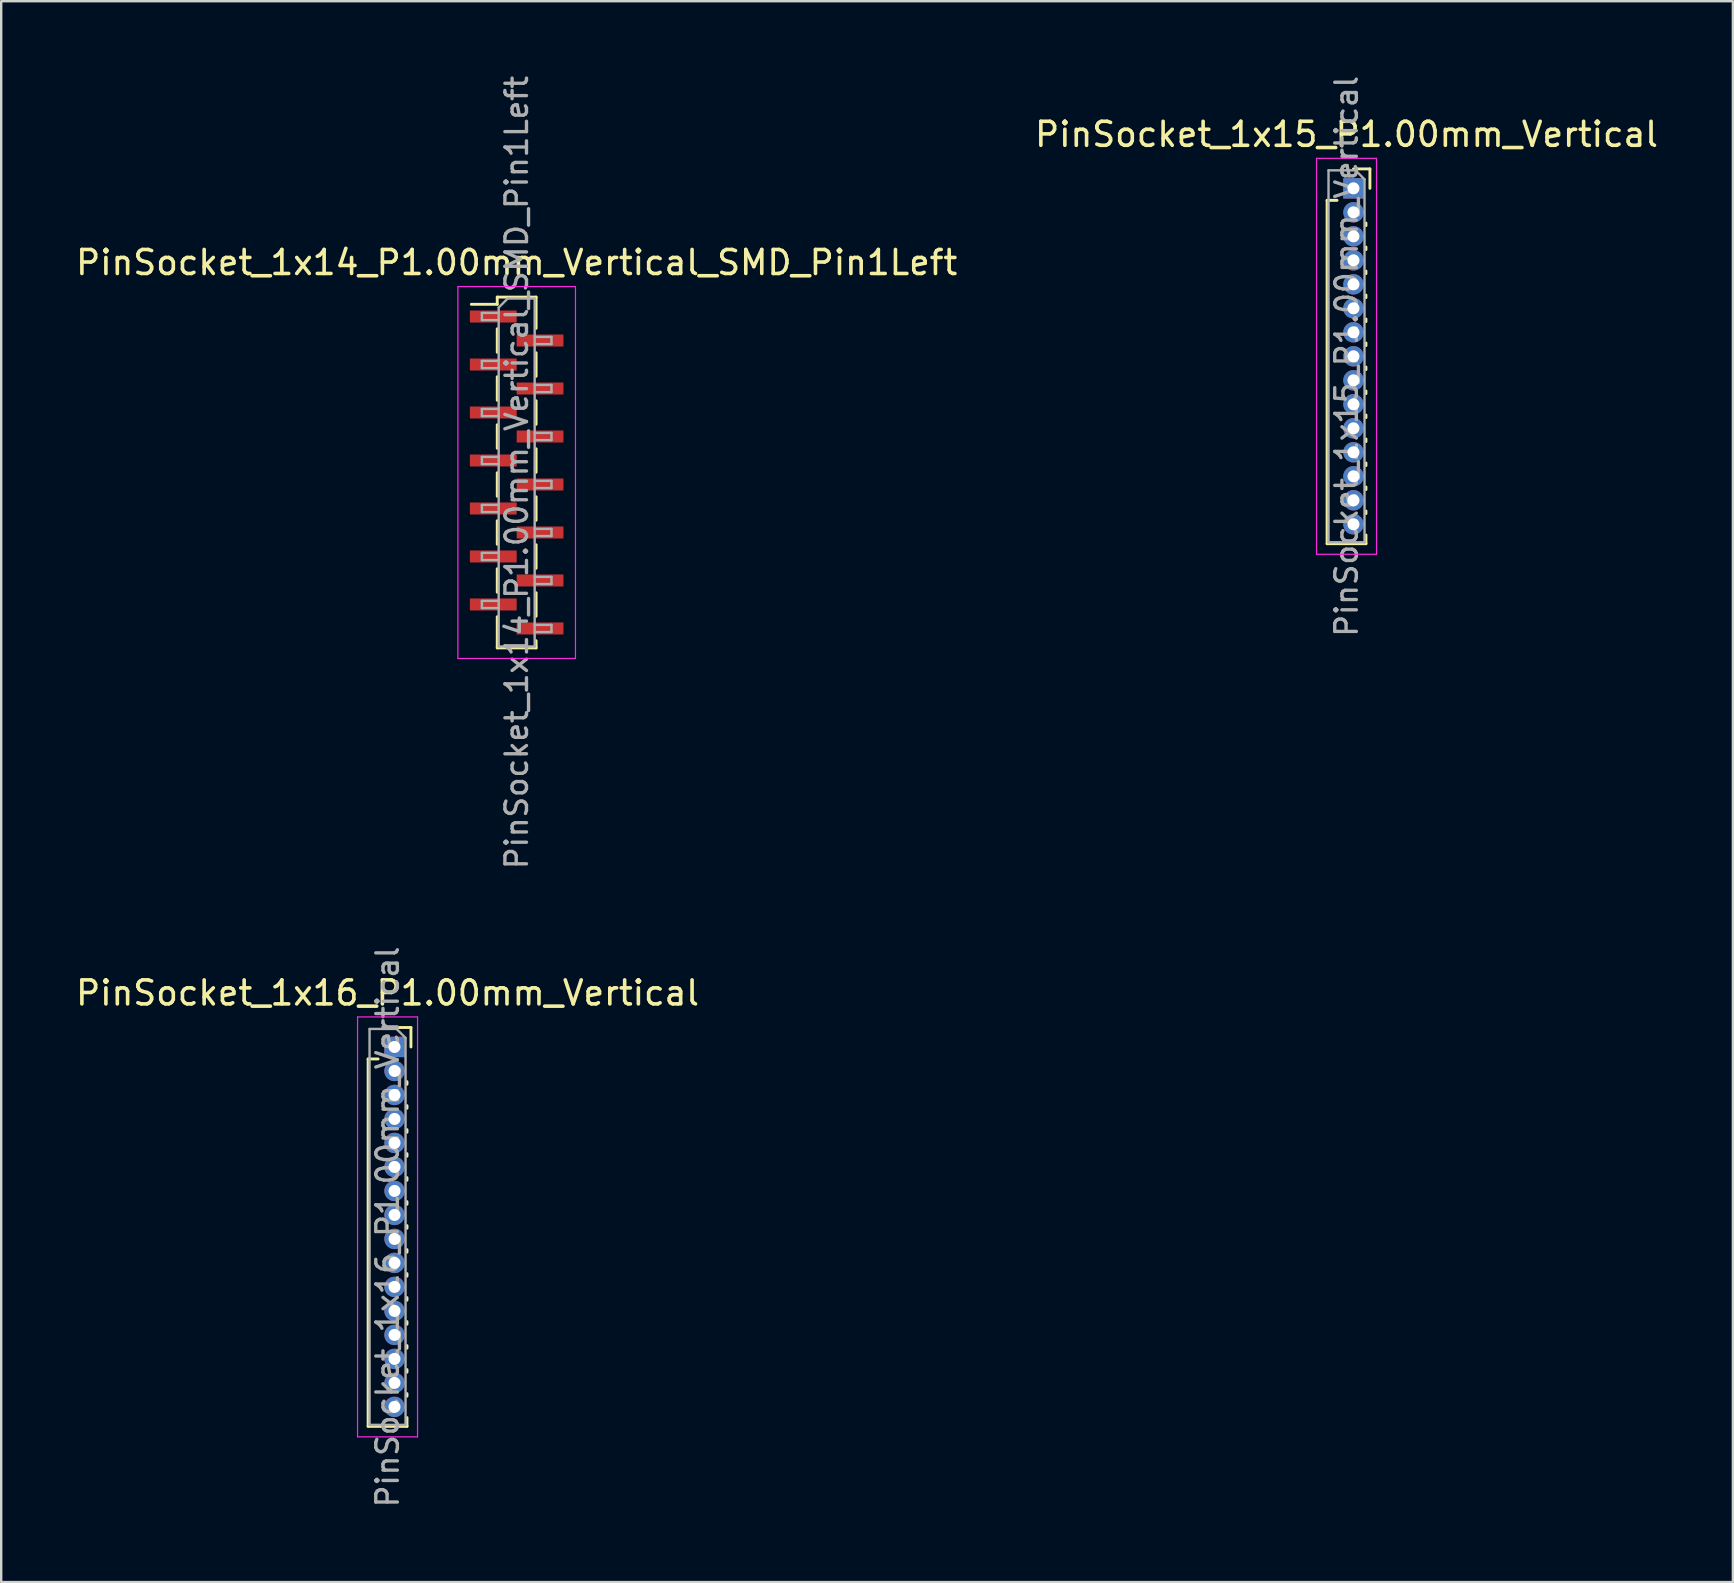
<source format=kicad_pcb>
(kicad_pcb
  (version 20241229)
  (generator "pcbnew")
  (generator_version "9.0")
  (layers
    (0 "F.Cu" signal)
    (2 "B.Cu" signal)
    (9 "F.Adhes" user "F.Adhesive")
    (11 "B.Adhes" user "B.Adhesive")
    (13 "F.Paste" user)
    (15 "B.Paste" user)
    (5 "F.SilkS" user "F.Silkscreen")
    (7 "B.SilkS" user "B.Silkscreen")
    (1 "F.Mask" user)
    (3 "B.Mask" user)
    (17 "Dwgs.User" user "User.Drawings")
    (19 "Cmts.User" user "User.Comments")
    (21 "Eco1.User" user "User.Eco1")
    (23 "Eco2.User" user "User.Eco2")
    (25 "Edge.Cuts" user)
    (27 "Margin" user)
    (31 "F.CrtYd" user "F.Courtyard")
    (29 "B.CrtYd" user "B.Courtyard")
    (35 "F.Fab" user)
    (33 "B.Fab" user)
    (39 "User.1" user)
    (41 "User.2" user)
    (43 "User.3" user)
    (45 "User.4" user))
  (footprint "PinSocket_1x14_P1.00mm_Vertical_SMD_Pin1Left"
    (layer "F.Cu")
    (at 18.482 16.641)
    (property "Reference" "PinSocket_1x14_P1.00mm_Vertical_SMD_Pin1Left" (at 0 -8.75 0) (layer "F.SilkS") (effects (font (size 1 1) (thickness 0.15))))
    (attr smd)
    (fp_line (start -1.89 -7.01) (end -0.81 -7.01) (stroke (width 0.12) (type solid)) (layer "F.SilkS"))
    (fp_line (start -0.81 -7.31) (end -0.81 -7.01) (stroke (width 0.12) (type solid)) (layer "F.SilkS"))
    (fp_line (start -0.81 -7.31) (end 0.81 -7.31) (stroke (width 0.12) (type solid)) (layer "F.SilkS"))
    (fp_line (start -0.81 -5.99) (end -0.81 -5.01) (stroke (width 0.12) (type solid)) (layer "F.SilkS"))
    (fp_line (start -0.81 -3.99) (end -0.81 -3.01) (stroke (width 0.12) (type solid)) (layer "F.SilkS"))
    (fp_line (start -0.81 -1.99) (end -0.81 -1.01) (stroke (width 0.12) (type solid)) (layer "F.SilkS"))
    (fp_line (start -0.81 0.01) (end -0.81 0.99) (stroke (width 0.12) (type solid)) (layer "F.SilkS"))
    (fp_line (start -0.81 2.01) (end -0.81 2.99) (stroke (width 0.12) (type solid)) (layer "F.SilkS"))
    (fp_line (start -0.81 4.01) (end -0.81 4.99) (stroke (width 0.12) (type solid)) (layer "F.SilkS"))
    (fp_line (start -0.81 6.01) (end -0.81 7.31) (stroke (width 0.12) (type solid)) (layer "F.SilkS"))
    (fp_line (start -0.81 7.31) (end 0.81 7.31) (stroke (width 0.12) (type solid)) (layer "F.SilkS"))
    (fp_line (start 0.81 -7.31) (end 0.81 -6.01) (stroke (width 0.12) (type solid)) (layer "F.SilkS"))
    (fp_line (start 0.81 -4.99) (end 0.81 -4.01) (stroke (width 0.12) (type solid)) (layer "F.SilkS"))
    (fp_line (start 0.81 -2.99) (end 0.81 -2.01) (stroke (width 0.12) (type solid)) (layer "F.SilkS"))
    (fp_line (start 0.81 -0.99) (end 0.81 -0.01) (stroke (width 0.12) (type solid)) (layer "F.SilkS"))
    (fp_line (start 0.81 1.01) (end 0.81 1.99) (stroke (width 0.12) (type solid)) (layer "F.SilkS"))
    (fp_line (start 0.81 3.01) (end 0.81 3.99) (stroke (width 0.12) (type solid)) (layer "F.SilkS"))
    (fp_line (start 0.81 5.01) (end 0.81 5.99) (stroke (width 0.12) (type solid)) (layer "F.SilkS"))
    (fp_line (start 0.81 7.01) (end 0.81 7.31) (stroke (width 0.12) (type solid)) (layer "F.SilkS"))
    (fp_line (start -2.45 -7.75) (end 2.45 -7.75) (stroke (width 0.05) (type solid)) (layer "F.CrtYd"))
    (fp_line (start -2.45 7.75) (end -2.45 -7.75) (stroke (width 0.05) (type solid)) (layer "F.CrtYd"))
    (fp_line (start 2.45 -7.75) (end 2.45 7.75) (stroke (width 0.05) (type solid)) (layer "F.CrtYd"))
    (fp_line (start 2.45 7.75) (end -2.45 7.75) (stroke (width 0.05) (type solid)) (layer "F.CrtYd"))
    (fp_line (start -1.45 -6.65) (end -0.75 -6.65) (stroke (width 0.1) (type solid)) (layer "F.Fab"))
    (fp_line (start -1.45 -6.35) (end -1.45 -6.65) (stroke (width 0.1) (type solid)) (layer "F.Fab"))
    (fp_line (start -1.45 -4.65) (end -0.75 -4.65) (stroke (width 0.1) (type solid)) (layer "F.Fab"))
    (fp_line (start -1.45 -4.35) (end -1.45 -4.65) (stroke (width 0.1) (type solid)) (layer "F.Fab"))
    (fp_line (start -1.45 -2.65) (end -0.75 -2.65) (stroke (width 0.1) (type solid)) (layer "F.Fab"))
    (fp_line (start -1.45 -2.35) (end -1.45 -2.65) (stroke (width 0.1) (type solid)) (layer "F.Fab"))
    (fp_line (start -1.45 -0.65) (end -0.75 -0.65) (stroke (width 0.1) (type solid)) (layer "F.Fab"))
    (fp_line (start -1.45 -0.35) (end -1.45 -0.65) (stroke (width 0.1) (type solid)) (layer "F.Fab"))
    (fp_line (start -1.45 1.35) (end -0.75 1.35) (stroke (width 0.1) (type solid)) (layer "F.Fab"))
    (fp_line (start -1.45 1.65) (end -1.45 1.35) (stroke (width 0.1) (type solid)) (layer "F.Fab"))
    (fp_line (start -1.45 3.35) (end -0.75 3.35) (stroke (width 0.1) (type solid)) (layer "F.Fab"))
    (fp_line (start -1.45 3.65) (end -1.45 3.35) (stroke (width 0.1) (type solid)) (layer "F.Fab"))
    (fp_line (start -1.45 5.35) (end -0.75 5.35) (stroke (width 0.1) (type solid)) (layer "F.Fab"))
    (fp_line (start -1.45 5.65) (end -1.45 5.35) (stroke (width 0.1) (type solid)) (layer "F.Fab"))
    (fp_line (start -0.75 -6.875) (end -0.375 -7.25) (stroke (width 0.1) (type solid)) (layer "F.Fab"))
    (fp_line (start -0.75 -6.35) (end -1.45 -6.35) (stroke (width 0.1) (type solid)) (layer "F.Fab"))
    (fp_line (start -0.75 -4.35) (end -1.45 -4.35) (stroke (width 0.1) (type solid)) (layer "F.Fab"))
    (fp_line (start -0.75 -2.35) (end -1.45 -2.35) (stroke (width 0.1) (type solid)) (layer "F.Fab"))
    (fp_line (start -0.75 -0.35) (end -1.45 -0.35) (stroke (width 0.1) (type solid)) (layer "F.Fab"))
    (fp_line (start -0.75 1.65) (end -1.45 1.65) (stroke (width 0.1) (type solid)) (layer "F.Fab"))
    (fp_line (start -0.75 3.65) (end -1.45 3.65) (stroke (width 0.1) (type solid)) (layer "F.Fab"))
    (fp_line (start -0.75 5.65) (end -1.45 5.65) (stroke (width 0.1) (type solid)) (layer "F.Fab"))
    (fp_line (start -0.75 7.25) (end -0.75 -6.875) (stroke (width 0.1) (type solid)) (layer "F.Fab"))
    (fp_line (start -0.375 -7.25) (end 0.75 -7.25) (stroke (width 0.1) (type solid)) (layer "F.Fab"))
    (fp_line (start 0.75 -7.25) (end 0.75 7.25) (stroke (width 0.1) (type solid)) (layer "F.Fab"))
    (fp_line (start 0.75 -5.65) (end 1.45 -5.65) (stroke (width 0.1) (type solid)) (layer "F.Fab"))
    (fp_line (start 0.75 -3.65) (end 1.45 -3.65) (stroke (width 0.1) (type solid)) (layer "F.Fab"))
    (fp_line (start 0.75 -1.65) (end 1.45 -1.65) (stroke (width 0.1) (type solid)) (layer "F.Fab"))
    (fp_line (start 0.75 0.35) (end 1.45 0.35) (stroke (width 0.1) (type solid)) (layer "F.Fab"))
    (fp_line (start 0.75 2.35) (end 1.45 2.35) (stroke (width 0.1) (type solid)) (layer "F.Fab"))
    (fp_line (start 0.75 4.35) (end 1.45 4.35) (stroke (width 0.1) (type solid)) (layer "F.Fab"))
    (fp_line (start 0.75 6.35) (end 1.45 6.35) (stroke (width 0.1) (type solid)) (layer "F.Fab"))
    (fp_line (start 0.75 7.25) (end -0.75 7.25) (stroke (width 0.1) (type solid)) (layer "F.Fab"))
    (fp_line (start 1.45 -5.65) (end 1.45 -5.35) (stroke (width 0.1) (type solid)) (layer "F.Fab"))
    (fp_line (start 1.45 -5.35) (end 0.75 -5.35) (stroke (width 0.1) (type solid)) (layer "F.Fab"))
    (fp_line (start 1.45 -3.65) (end 1.45 -3.35) (stroke (width 0.1) (type solid)) (layer "F.Fab"))
    (fp_line (start 1.45 -3.35) (end 0.75 -3.35) (stroke (width 0.1) (type solid)) (layer "F.Fab"))
    (fp_line (start 1.45 -1.65) (end 1.45 -1.35) (stroke (width 0.1) (type solid)) (layer "F.Fab"))
    (fp_line (start 1.45 -1.35) (end 0.75 -1.35) (stroke (width 0.1) (type solid)) (layer "F.Fab"))
    (fp_line (start 1.45 0.35) (end 1.45 0.65) (stroke (width 0.1) (type solid)) (layer "F.Fab"))
    (fp_line (start 1.45 0.65) (end 0.75 0.65) (stroke (width 0.1) (type solid)) (layer "F.Fab"))
    (fp_line (start 1.45 2.35) (end 1.45 2.65) (stroke (width 0.1) (type solid)) (layer "F.Fab"))
    (fp_line (start 1.45 2.65) (end 0.75 2.65) (stroke (width 0.1) (type solid)) (layer "F.Fab"))
    (fp_line (start 1.45 4.35) (end 1.45 4.65) (stroke (width 0.1) (type solid)) (layer "F.Fab"))
    (fp_line (start 1.45 4.65) (end 0.75 4.65) (stroke (width 0.1) (type solid)) (layer "F.Fab"))
    (fp_line (start 1.45 6.35) (end 1.45 6.65) (stroke (width 0.1) (type solid)) (layer "F.Fab"))
    (fp_line (start 1.45 6.65) (end 0.75 6.65) (stroke (width 0.1) (type solid)) (layer "F.Fab"))
    (fp_text user "${REFERENCE}" (at 0 0 90) (layer "F.Fab") (effects (font (size 0.9 0.9) (thickness 0.14))))
    (pad "1" smd rect (at -0.975 -6.5) (size 1.95 0.5) (layers "F.Cu" "F.Mask" "F.Paste"))
    (pad "2" smd rect (at 0.975 -5.5) (size 1.95 0.5) (layers "F.Cu" "F.Mask" "F.Paste"))
    (pad "3" smd rect (at -0.975 -4.5) (size 1.95 0.5) (layers "F.Cu" "F.Mask" "F.Paste"))
    (pad "4" smd rect (at 0.975 -3.5) (size 1.95 0.5) (layers "F.Cu" "F.Mask" "F.Paste"))
    (pad "5" smd rect (at -0.975 -2.5) (size 1.95 0.5) (layers "F.Cu" "F.Mask" "F.Paste"))
    (pad "6" smd rect (at 0.975 -1.5) (size 1.95 0.5) (layers "F.Cu" "F.Mask" "F.Paste"))
    (pad "7" smd rect (at -0.975 -0.5) (size 1.95 0.5) (layers "F.Cu" "F.Mask" "F.Paste"))
    (pad "8" smd rect (at 0.975 0.5) (size 1.95 0.5) (layers "F.Cu" "F.Mask" "F.Paste"))
    (pad "9" smd rect (at -0.975 1.5) (size 1.95 0.5) (layers "F.Cu" "F.Mask" "F.Paste"))
    (pad "10" smd rect (at 0.975 2.5) (size 1.95 0.5) (layers "F.Cu" "F.Mask" "F.Paste"))
    (pad "11" smd rect (at -0.975 3.5) (size 1.95 0.5) (layers "F.Cu" "F.Mask" "F.Paste"))
    (pad "12" smd rect (at 0.975 4.5) (size 1.95 0.5) (layers "F.Cu" "F.Mask" "F.Paste"))
    (pad "13" smd rect (at -0.975 5.5) (size 1.95 0.5) (layers "F.Cu" "F.Mask" "F.Paste"))
    (pad "14" smd rect (at 0.975 6.5) (size 1.95 0.5) (layers "F.Cu" "F.Mask" "F.Paste")))
  (footprint "PinSocket_1x15_P1.00mm_Vertical"
    (layer "F.Cu")
    (at 53.355 4.799)
    (property "Reference" "PinSocket_1x15_P1.00mm_Vertical" (at -0.29 -2.25 0) (layer "F.SilkS") (effects (font (size 1 1) (thickness 0.15))))
    (attr through_hole)
    (fp_line (start -1.1 0.5) (end -1.1 14.81) (stroke (width 0.12) (type solid)) (layer "F.SilkS"))
    (fp_line (start -1.1 0.5) (end -0.685 0.5) (stroke (width 0.12) (type solid)) (layer "F.SilkS"))
    (fp_line (start -1.1 14.81) (end 0.52 14.81) (stroke (width 0.12) (type solid)) (layer "F.SilkS"))
    (fp_line (start 0 -0.81) (end 0.685 -0.81) (stroke (width 0.12) (type solid)) (layer "F.SilkS"))
    (fp_line (start 0.52 1.446) (end 0.52 1.554) (stroke (width 0.12) (type solid)) (layer "F.SilkS"))
    (fp_line (start 0.52 2.446) (end 0.52 2.554) (stroke (width 0.12) (type solid)) (layer "F.SilkS"))
    (fp_line (start 0.52 3.446) (end 0.52 3.554) (stroke (width 0.12) (type solid)) (layer "F.SilkS"))
    (fp_line (start 0.52 4.446) (end 0.52 4.554) (stroke (width 0.12) (type solid)) (layer "F.SilkS"))
    (fp_line (start 0.52 5.446) (end 0.52 5.554) (stroke (width 0.12) (type solid)) (layer "F.SilkS"))
    (fp_line (start 0.52 6.446) (end 0.52 6.554) (stroke (width 0.12) (type solid)) (layer "F.SilkS"))
    (fp_line (start 0.52 7.446) (end 0.52 7.554) (stroke (width 0.12) (type solid)) (layer "F.SilkS"))
    (fp_line (start 0.52 8.446) (end 0.52 8.554) (stroke (width 0.12) (type solid)) (layer "F.SilkS"))
    (fp_line (start 0.52 9.446) (end 0.52 9.554) (stroke (width 0.12) (type solid)) (layer "F.SilkS"))
    (fp_line (start 0.52 10.446) (end 0.52 10.554) (stroke (width 0.12) (type solid)) (layer "F.SilkS"))
    (fp_line (start 0.52 11.446) (end 0.52 11.554) (stroke (width 0.12) (type solid)) (layer "F.SilkS"))
    (fp_line (start 0.52 12.446) (end 0.52 12.554) (stroke (width 0.12) (type solid)) (layer "F.SilkS"))
    (fp_line (start 0.52 13.446) (end 0.52 13.554) (stroke (width 0.12) (type solid)) (layer "F.SilkS"))
    (fp_line (start 0.52 14.446) (end 0.52 14.81) (stroke (width 0.12) (type solid)) (layer "F.SilkS"))
    (fp_line (start 0.685 -0.81) (end 0.685 0) (stroke (width 0.12) (type solid)) (layer "F.SilkS"))
    (fp_line (start -1.54 -1.25) (end 0.96 -1.25) (stroke (width 0.05) (type solid)) (layer "F.CrtYd"))
    (fp_line (start -1.54 15.25) (end -1.54 -1.25) (stroke (width 0.05) (type solid)) (layer "F.CrtYd"))
    (fp_line (start 0.96 -1.25) (end 0.96 15.25) (stroke (width 0.05) (type solid)) (layer "F.CrtYd"))
    (fp_line (start 0.96 15.25) (end -1.54 15.25) (stroke (width 0.05) (type solid)) (layer "F.CrtYd"))
    (fp_line (start -1.04 -0.75) (end 0.085 -0.75) (stroke (width 0.1) (type solid)) (layer "F.Fab"))
    (fp_line (start -1.04 14.75) (end -1.04 -0.75) (stroke (width 0.1) (type solid)) (layer "F.Fab"))
    (fp_line (start 0.085 -0.75) (end 0.46 -0.375) (stroke (width 0.1) (type solid)) (layer "F.Fab"))
    (fp_line (start 0.46 -0.375) (end 0.46 14.75) (stroke (width 0.1) (type solid)) (layer "F.Fab"))
    (fp_line (start 0.46 14.75) (end -1.04 14.75) (stroke (width 0.1) (type solid)) (layer "F.Fab"))
    (fp_text user "${REFERENCE}" (at -0.29 7 90) (layer "F.Fab") (effects (font (size 0.9 0.9) (thickness 0.14))))
    (pad "1" thru_hole rect (at 0 0) (size 0.85 0.85) (drill 0.5) (layers "*.Cu" "*.Mask"))
    (pad "2" thru_hole oval (at 0 1) (size 0.85 0.85) (drill 0.5) (layers "*.Cu" "*.Mask"))
    (pad "3" thru_hole oval (at 0 2) (size 0.85 0.85) (drill 0.5) (layers "*.Cu" "*.Mask"))
    (pad "4" thru_hole oval (at 0 3) (size 0.85 0.85) (drill 0.5) (layers "*.Cu" "*.Mask"))
    (pad "5" thru_hole oval (at 0 4) (size 0.85 0.85) (drill 0.5) (layers "*.Cu" "*.Mask"))
    (pad "6" thru_hole oval (at 0 5) (size 0.85 0.85) (drill 0.5) (layers "*.Cu" "*.Mask"))
    (pad "7" thru_hole oval (at 0 6) (size 0.85 0.85) (drill 0.5) (layers "*.Cu" "*.Mask"))
    (pad "8" thru_hole oval (at 0 7) (size 0.85 0.85) (drill 0.5) (layers "*.Cu" "*.Mask"))
    (pad "9" thru_hole oval (at 0 8) (size 0.85 0.85) (drill 0.5) (layers "*.Cu" "*.Mask"))
    (pad "10" thru_hole oval (at 0 9) (size 0.85 0.85) (drill 0.5) (layers "*.Cu" "*.Mask"))
    (pad "11" thru_hole oval (at 0 10) (size 0.85 0.85) (drill 0.5) (layers "*.Cu" "*.Mask"))
    (pad "12" thru_hole oval (at 0 11) (size 0.85 0.85) (drill 0.5) (layers "*.Cu" "*.Mask"))
    (pad "13" thru_hole oval (at 0 12) (size 0.85 0.85) (drill 0.5) (layers "*.Cu" "*.Mask"))
    (pad "14" thru_hole oval (at 0 13) (size 0.85 0.85) (drill 0.5) (layers "*.Cu" "*.Mask"))
    (pad "15" thru_hole oval (at 0 14) (size 0.85 0.85) (drill 0.5) (layers "*.Cu" "*.Mask")))
  (footprint "PinSocket_1x16_P1.00mm_Vertical"
    (layer "F.Cu")
    (at 13.391 40.581)
    (property "Reference" "PinSocket_1x16_P1.00mm_Vertical" (at -0.29 -2.25 0) (layer "F.SilkS") (effects (font (size 1 1) (thickness 0.15))))
    (attr through_hole)
    (fp_line (start -1.1 0.5) (end -1.1 15.81) (stroke (width 0.12) (type solid)) (layer "F.SilkS"))
    (fp_line (start -1.1 0.5) (end -0.685 0.5) (stroke (width 0.12) (type solid)) (layer "F.SilkS"))
    (fp_line (start -1.1 15.81) (end 0.52 15.81) (stroke (width 0.12) (type solid)) (layer "F.SilkS"))
    (fp_line (start 0 -0.81) (end 0.685 -0.81) (stroke (width 0.12) (type solid)) (layer "F.SilkS"))
    (fp_line (start 0.52 1.446) (end 0.52 1.554) (stroke (width 0.12) (type solid)) (layer "F.SilkS"))
    (fp_line (start 0.52 2.446) (end 0.52 2.554) (stroke (width 0.12) (type solid)) (layer "F.SilkS"))
    (fp_line (start 0.52 3.446) (end 0.52 3.554) (stroke (width 0.12) (type solid)) (layer "F.SilkS"))
    (fp_line (start 0.52 4.446) (end 0.52 4.554) (stroke (width 0.12) (type solid)) (layer "F.SilkS"))
    (fp_line (start 0.52 5.446) (end 0.52 5.554) (stroke (width 0.12) (type solid)) (layer "F.SilkS"))
    (fp_line (start 0.52 6.446) (end 0.52 6.554) (stroke (width 0.12) (type solid)) (layer "F.SilkS"))
    (fp_line (start 0.52 7.446) (end 0.52 7.554) (stroke (width 0.12) (type solid)) (layer "F.SilkS"))
    (fp_line (start 0.52 8.446) (end 0.52 8.554) (stroke (width 0.12) (type solid)) (layer "F.SilkS"))
    (fp_line (start 0.52 9.446) (end 0.52 9.554) (stroke (width 0.12) (type solid)) (layer "F.SilkS"))
    (fp_line (start 0.52 10.446) (end 0.52 10.554) (stroke (width 0.12) (type solid)) (layer "F.SilkS"))
    (fp_line (start 0.52 11.446) (end 0.52 11.554) (stroke (width 0.12) (type solid)) (layer "F.SilkS"))
    (fp_line (start 0.52 12.446) (end 0.52 12.554) (stroke (width 0.12) (type solid)) (layer "F.SilkS"))
    (fp_line (start 0.52 13.446) (end 0.52 13.554) (stroke (width 0.12) (type solid)) (layer "F.SilkS"))
    (fp_line (start 0.52 14.446) (end 0.52 14.554) (stroke (width 0.12) (type solid)) (layer "F.SilkS"))
    (fp_line (start 0.52 15.446) (end 0.52 15.81) (stroke (width 0.12) (type solid)) (layer "F.SilkS"))
    (fp_line (start 0.685 -0.81) (end 0.685 0) (stroke (width 0.12) (type solid)) (layer "F.SilkS"))
    (fp_line (start -1.54 -1.25) (end 0.96 -1.25) (stroke (width 0.05) (type solid)) (layer "F.CrtYd"))
    (fp_line (start -1.54 16.25) (end -1.54 -1.25) (stroke (width 0.05) (type solid)) (layer "F.CrtYd"))
    (fp_line (start 0.96 -1.25) (end 0.96 16.25) (stroke (width 0.05) (type solid)) (layer "F.CrtYd"))
    (fp_line (start 0.96 16.25) (end -1.54 16.25) (stroke (width 0.05) (type solid)) (layer "F.CrtYd"))
    (fp_line (start -1.04 -0.75) (end 0.085 -0.75) (stroke (width 0.1) (type solid)) (layer "F.Fab"))
    (fp_line (start -1.04 15.75) (end -1.04 -0.75) (stroke (width 0.1) (type solid)) (layer "F.Fab"))
    (fp_line (start 0.085 -0.75) (end 0.46 -0.375) (stroke (width 0.1) (type solid)) (layer "F.Fab"))
    (fp_line (start 0.46 -0.375) (end 0.46 15.75) (stroke (width 0.1) (type solid)) (layer "F.Fab"))
    (fp_line (start 0.46 15.75) (end -1.04 15.75) (stroke (width 0.1) (type solid)) (layer "F.Fab"))
    (fp_text user "${REFERENCE}" (at -0.29 7.5 90) (layer "F.Fab") (effects (font (size 0.9 0.9) (thickness 0.14))))
    (pad "1" thru_hole rect (at 0 0) (size 0.85 0.85) (drill 0.5) (layers "*.Cu" "*.Mask"))
    (pad "2" thru_hole oval (at 0 1) (size 0.85 0.85) (drill 0.5) (layers "*.Cu" "*.Mask"))
    (pad "3" thru_hole oval (at 0 2) (size 0.85 0.85) (drill 0.5) (layers "*.Cu" "*.Mask"))
    (pad "4" thru_hole oval (at 0 3) (size 0.85 0.85) (drill 0.5) (layers "*.Cu" "*.Mask"))
    (pad "5" thru_hole oval (at 0 4) (size 0.85 0.85) (drill 0.5) (layers "*.Cu" "*.Mask"))
    (pad "6" thru_hole oval (at 0 5) (size 0.85 0.85) (drill 0.5) (layers "*.Cu" "*.Mask"))
    (pad "7" thru_hole oval (at 0 6) (size 0.85 0.85) (drill 0.5) (layers "*.Cu" "*.Mask"))
    (pad "8" thru_hole oval (at 0 7) (size 0.85 0.85) (drill 0.5) (layers "*.Cu" "*.Mask"))
    (pad "9" thru_hole oval (at 0 8) (size 0.85 0.85) (drill 0.5) (layers "*.Cu" "*.Mask"))
    (pad "10" thru_hole oval (at 0 9) (size 0.85 0.85) (drill 0.5) (layers "*.Cu" "*.Mask"))
    (pad "11" thru_hole oval (at 0 10) (size 0.85 0.85) (drill 0.5) (layers "*.Cu" "*.Mask"))
    (pad "12" thru_hole oval (at 0 11) (size 0.85 0.85) (drill 0.5) (layers "*.Cu" "*.Mask"))
    (pad "13" thru_hole oval (at 0 12) (size 0.85 0.85) (drill 0.5) (layers "*.Cu" "*.Mask"))
    (pad "14" thru_hole oval (at 0 13) (size 0.85 0.85) (drill 0.5) (layers "*.Cu" "*.Mask"))
    (pad "15" thru_hole oval (at 0 14) (size 0.85 0.85) (drill 0.5) (layers "*.Cu" "*.Mask"))
    (pad "16" thru_hole oval (at 0 15) (size 0.85 0.85) (drill 0.5) (layers "*.Cu" "*.Mask")))
  (gr_rect
    (start -3 -3)
    (end 69.167 62.88)
    (stroke (width 0.1) (type default))
    (fill no)
    (layer "Edge.Cuts")))
</source>
